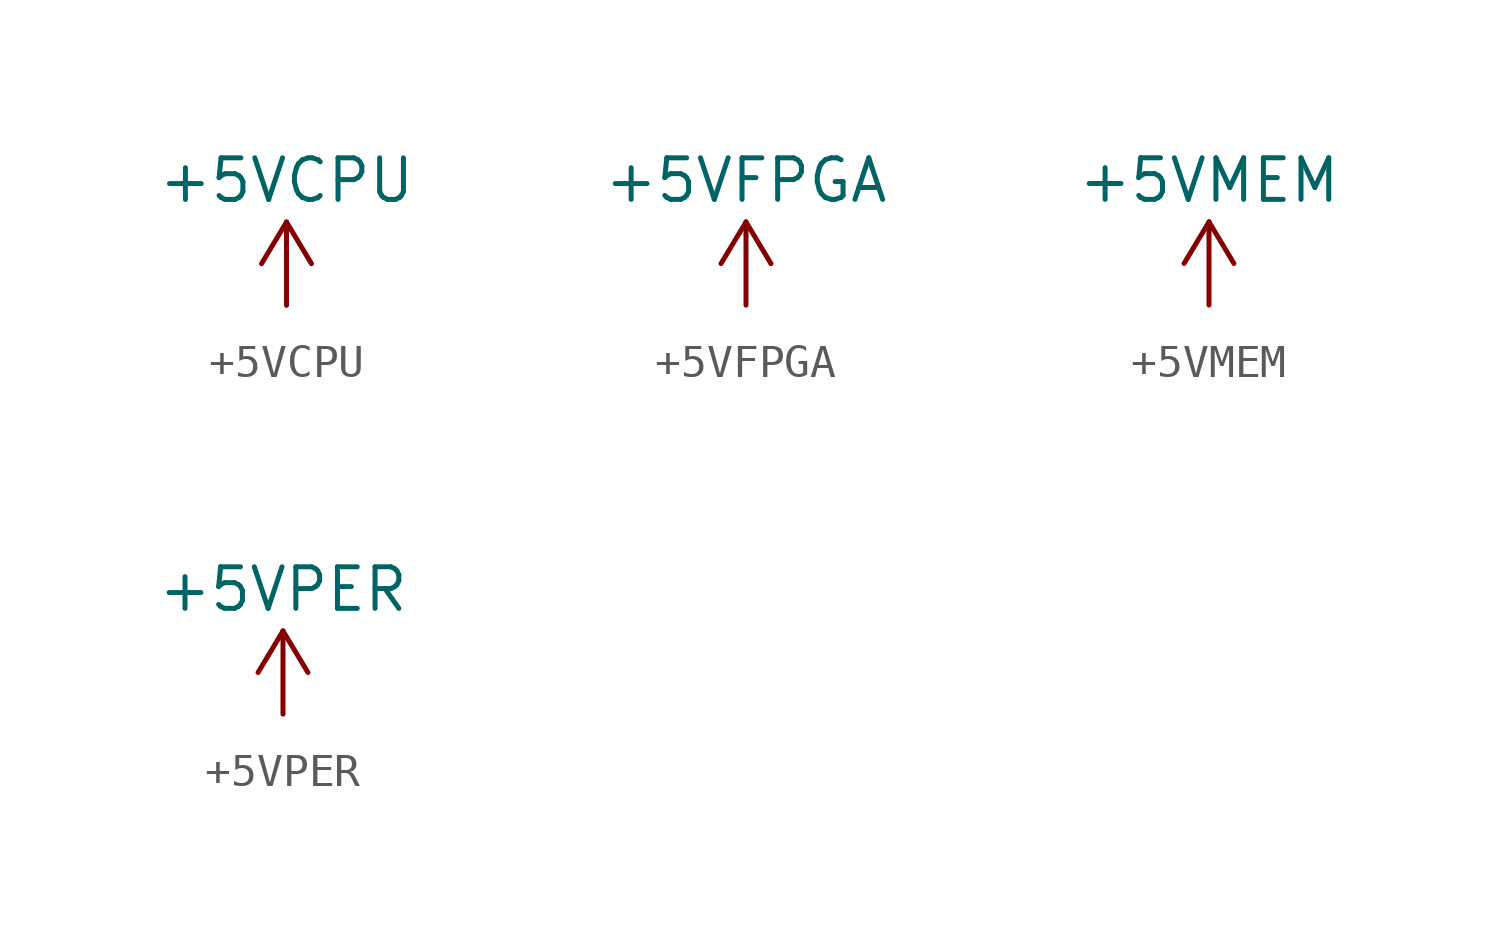
<source format=kicad_sym>
(kicad_symbol_lib
  (version 20220914)
  (generator kicad_symbol_editor)
  (symbol "+5VCPU"
    (power)
    (property "Reference" "#PWR"
      (at 0 -3.81 0)
      (effects (font (size 1.27 1.27)) hide))
    (property "Value" "+5VCPU"
      (at 0 3.81 0)
      (effects (font (size 1.27 1.27))))
    (symbol "+5VCPU_0_1"
      (polyline (pts (xy -0.762 1.27) (xy 0 2.54)) (stroke (width 0) (type default)) (fill (type none)))
      (polyline (pts (xy 0 0) (xy 0 2.54)) (stroke (width 0) (type default)) (fill (type none)))
      (polyline (pts (xy 0 2.54) (xy 0.762 1.27)) (stroke (width 0) (type default)) (fill (type none))))
    (symbol "+5VCPU_1_1"
      (pin power_in line (at 0 0 90) (length 0) hide (name "+5VCPU" (effects (font (size 1.27 1.27)))) (number "1" (effects (font (size 1.27 1.27)))))))
  (symbol "+5VFPGA"
    (power)
    (property "Reference" "#PWR"
      (at 0 -3.81 0)
      (effects (font (size 1.27 1.27)) hide))
    (property "Value" "+5VFPGA"
      (at 0 3.81 0)
      (effects (font (size 1.27 1.27))))
    (symbol "+5VFPGA_0_1"
      (polyline (pts (xy -0.762 1.27) (xy 0 2.54)) (stroke (width 0) (type default)) (fill (type none)))
      (polyline (pts (xy 0 0) (xy 0 2.54)) (stroke (width 0) (type default)) (fill (type none)))
      (polyline (pts (xy 0 2.54) (xy 0.762 1.27)) (stroke (width 0) (type default)) (fill (type none))))
    (symbol "+5VFPGA_1_1"
      (pin power_in line (at 0 0 90) (length 0) hide (name "+5VFPGA" (effects (font (size 1.27 1.27)))) (number "1" (effects (font (size 1.27 1.27)))))))
  (symbol "+5VMEM"
    (power)
    (property "Reference" "#PWR"
      (at 0 -3.81 0)
      (effects (font (size 1.27 1.27)) hide))
    (property "Value" "+5VMEM"
      (at 0 3.81 0)
      (effects (font (size 1.27 1.27))))
    (symbol "+5VMEM_0_1"
      (polyline (pts (xy -0.762 1.27) (xy 0 2.54)) (stroke (width 0) (type default)) (fill (type none)))
      (polyline (pts (xy 0 0) (xy 0 2.54)) (stroke (width 0) (type default)) (fill (type none)))
      (polyline (pts (xy 0 2.54) (xy 0.762 1.27)) (stroke (width 0) (type default)) (fill (type none))))
    (symbol "+5VMEM_1_1"
      (pin power_in line (at 0 0 90) (length 0) hide (name "+5VMEM" (effects (font (size 1.27 1.27)))) (number "1" (effects (font (size 1.27 1.27)))))))
  (symbol "+5VPER"
    (power)
    (property "Reference" "#PWR"
      (at 0 -3.81 0)
      (effects (font (size 1.27 1.27)) hide))
    (property "Value" "+5VPER"
      (at 0 3.81 0)
      (effects (font (size 1.27 1.27))))
    (symbol "+5VPER_0_1"
      (polyline (pts (xy -0.762 1.27) (xy 0 2.54)) (stroke (width 0) (type default)) (fill (type none)))
      (polyline (pts (xy 0 0) (xy 0 2.54)) (stroke (width 0) (type default)) (fill (type none)))
      (polyline (pts (xy 0 2.54) (xy 0.762 1.27)) (stroke (width 0) (type default)) (fill (type none))))
    (symbol "+5VPER_1_1"
      (pin power_in line (at 0 0 90) (length 0) hide (name "+5VPER" (effects (font (size 1.27 1.27)))) (number "1" (effects (font (size 1.27 1.27))))))))
</source>
